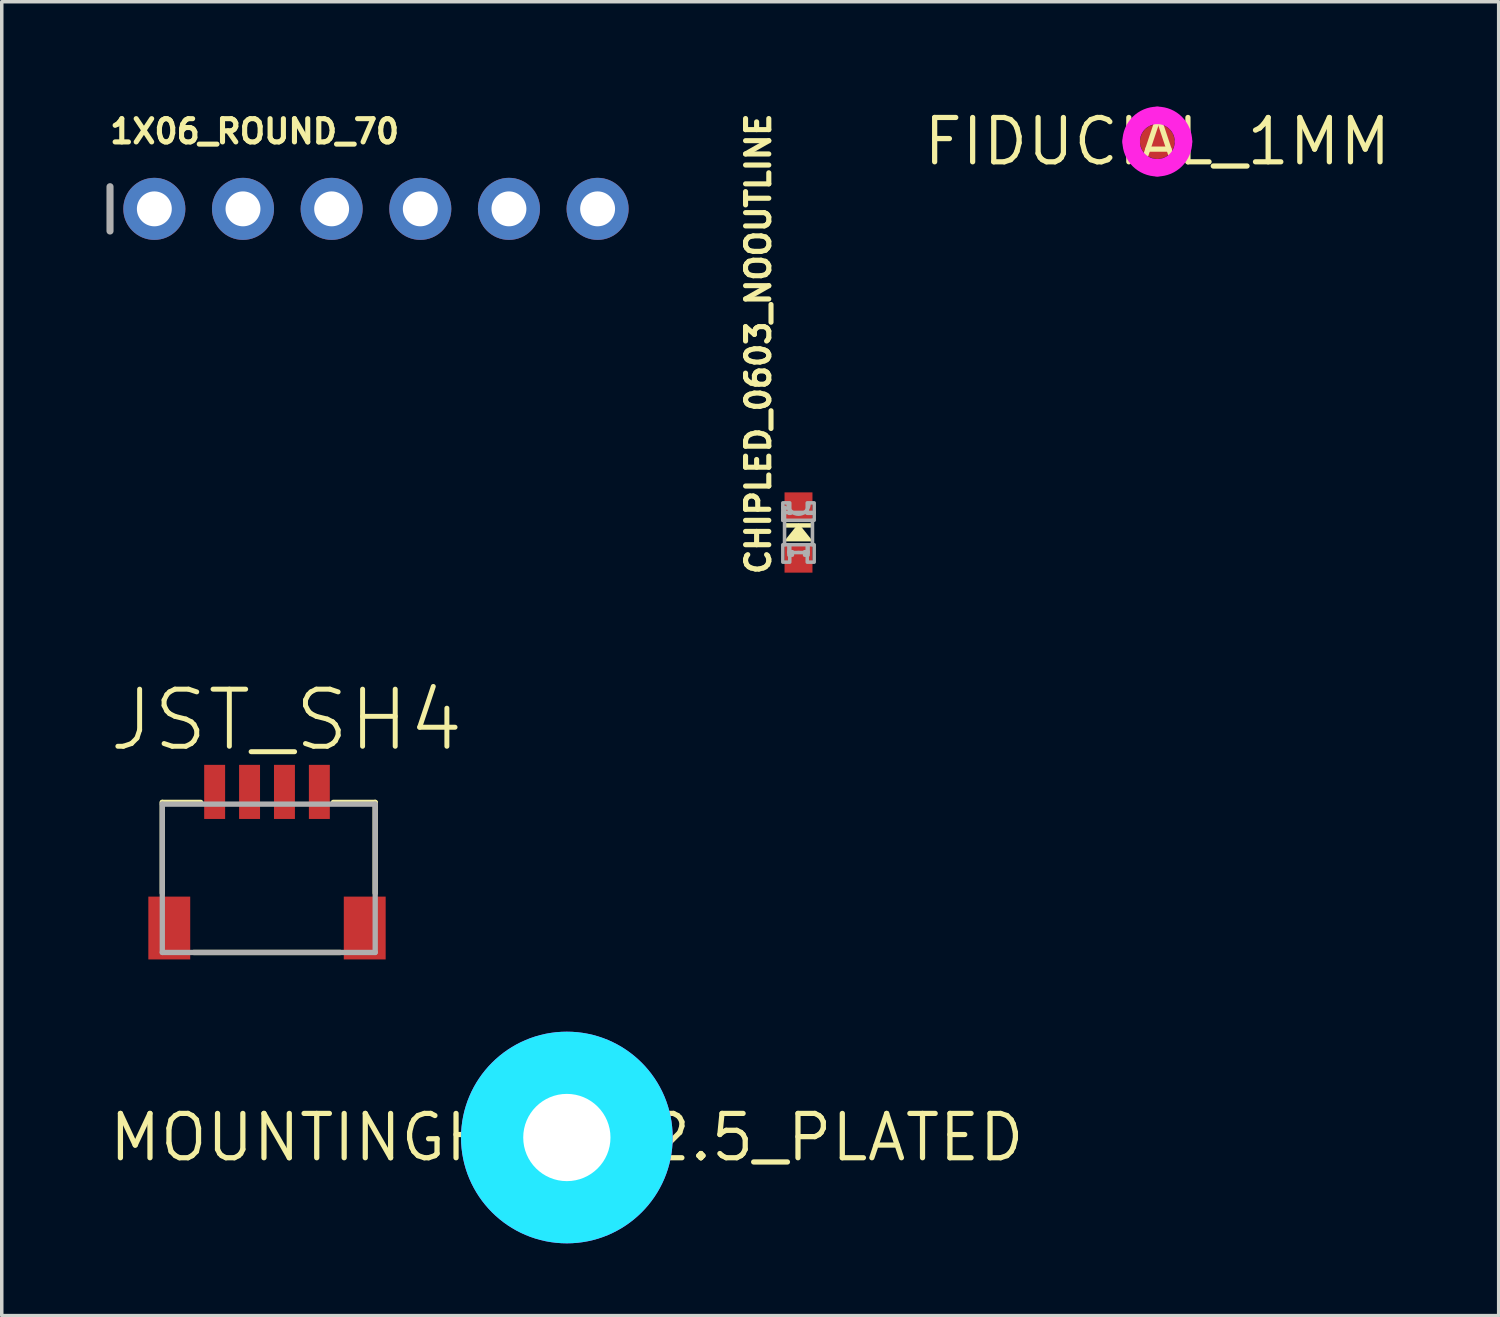
<source format=kicad_pcb>
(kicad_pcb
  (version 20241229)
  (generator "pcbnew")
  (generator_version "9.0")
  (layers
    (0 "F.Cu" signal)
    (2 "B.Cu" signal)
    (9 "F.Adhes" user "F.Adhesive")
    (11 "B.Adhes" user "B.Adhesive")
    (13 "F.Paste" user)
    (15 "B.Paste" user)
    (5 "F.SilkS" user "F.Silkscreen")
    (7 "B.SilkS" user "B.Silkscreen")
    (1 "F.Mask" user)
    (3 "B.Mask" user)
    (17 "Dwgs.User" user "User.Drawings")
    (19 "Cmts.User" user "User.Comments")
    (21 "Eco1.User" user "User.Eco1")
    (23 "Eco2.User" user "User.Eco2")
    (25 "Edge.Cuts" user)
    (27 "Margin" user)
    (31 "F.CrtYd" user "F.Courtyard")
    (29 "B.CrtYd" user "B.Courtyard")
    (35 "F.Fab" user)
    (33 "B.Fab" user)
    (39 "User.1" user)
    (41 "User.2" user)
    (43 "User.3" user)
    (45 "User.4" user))
  (footprint "MOUNTINGHOLE_2.5_PLATED"
    (layer "F.Cu")
    (at 13.191 29.541)
    (property "Reference" "MOUNTINGHOLE_2.5_PLATED" (at 0 0 0) (layer "F.SilkS") (effects (font (size 1.27 1.27) (thickness 0.15))))
    (fp_circle (center 0 0) (end 2 0) (stroke (width 0.203) (type solid)) (fill no) (layer "F.SilkS"))
    (fp_circle (center 0 0) (end 1 0) (stroke (width 2.032) (type solid)) (fill no) (layer "B.CrtYd"))
    (fp_circle (center 0 0) (end 1 0) (stroke (width 2.032) (type solid)) (fill no) (layer "F.CrtYd"))
    (pad "P$1" thru_hole circle (at 0 0) (size 3.2 3.2) (drill 2.5) (layers "*.Cu" "*.Mask"))
    (zone (net_name "") (layer "F.Cu") (hatch edge 0.5) (connect_pads) (min_thickness 0.25) (filled_areas_thickness no) (keepout (tracks not_allowed) (vias not_allowed) (pads not_allowed) (copperpour not_allowed) (footprints allowed)) (placement (enabled no)) (fill) (polygon (pts (xy 15.207 29.541) (xy 15.187 29.26) (xy 15.129 28.985) (xy 15.033 28.721) (xy 14.901 28.473) (xy 14.735 28.245) (xy 14.54 28.043) (xy 14.318 27.87) (xy 14.075 27.729) (xy 13.814 27.624) (xy 13.541 27.556) (xy 13.261 27.526) (xy 12.98 27.536) (xy 12.703 27.585) (xy 12.436 27.672) (xy 12.183 27.795) (xy 11.95 27.952) (xy 11.741 28.14) (xy 11.56 28.356) (xy 11.411 28.594) (xy 11.297 28.851) (xy 11.219 29.122) (xy 11.18 29.4) (xy 11.18 29.682) (xy 11.219 29.96) (xy 11.297 30.23) (xy 11.411 30.487) (xy 11.56 30.726) (xy 11.741 30.941) (xy 11.95 31.13) (xy 12.183 31.287) (xy 12.436 31.41) (xy 12.703 31.497) (xy 12.98 31.546) (xy 13.261 31.556) (xy 13.541 31.526) (xy 13.814 31.458) (xy 14.075 31.353) (xy 14.318 31.212) (xy 14.54 31.039) (xy 14.735 30.837) (xy 14.901 30.609) (xy 15.033 30.361) (xy 15.129 30.097) (xy 15.187 29.821))) (polygon (pts (xy 13.175 29.541) (xy 13.18 29.552) (xy 13.191 29.557) (xy 13.202 29.552) (xy 13.207 29.541) (xy 13.202 29.53) (xy 13.191 29.525) (xy 13.18 29.53))))
    (zone (net_name "") (layer "B.Cu") (hatch edge 0.5) (connect_pads) (min_thickness 0.25) (filled_areas_thickness no) (keepout (tracks not_allowed) (vias not_allowed) (pads not_allowed) (copperpour not_allowed) (footprints allowed)) (placement (enabled no)) (fill) (polygon (pts (xy 15.207 29.541) (xy 15.187 29.26) (xy 15.129 28.985) (xy 15.033 28.721) (xy 14.901 28.473) (xy 14.735 28.245) (xy 14.54 28.043) (xy 14.318 27.87) (xy 14.075 27.729) (xy 13.814 27.624) (xy 13.541 27.556) (xy 13.261 27.526) (xy 12.98 27.536) (xy 12.703 27.585) (xy 12.436 27.672) (xy 12.183 27.795) (xy 11.95 27.952) (xy 11.741 28.14) (xy 11.56 28.356) (xy 11.411 28.594) (xy 11.297 28.851) (xy 11.219 29.122) (xy 11.18 29.4) (xy 11.18 29.682) (xy 11.219 29.96) (xy 11.297 30.23) (xy 11.411 30.487) (xy 11.56 30.726) (xy 11.741 30.941) (xy 11.95 31.13) (xy 12.183 31.287) (xy 12.436 31.41) (xy 12.703 31.497) (xy 12.98 31.546) (xy 13.261 31.556) (xy 13.541 31.526) (xy 13.814 31.458) (xy 14.075 31.353) (xy 14.318 31.212) (xy 14.54 31.039) (xy 14.735 30.837) (xy 14.901 30.609) (xy 15.033 30.361) (xy 15.129 30.097) (xy 15.187 29.821))) (polygon (pts (xy 13.175 29.541) (xy 13.18 29.552) (xy 13.191 29.557) (xy 13.202 29.552) (xy 13.207 29.541) (xy 13.202 29.53) (xy 13.191 29.525) (xy 13.18 29.53)))))
  (footprint "JST_SH4"
    (layer "F.Cu")
    (at 4.6 22.153)
    (property "Reference" "JST_SH4" (at -4.6 -3.614 0) (layer "F.SilkS") (effects (font (size 1.636 1.636) (thickness 0.142)) (justify left bottom)))
    (fp_line (start -3 -2.214) (end -1.9 -2.214) (stroke (width 0.152) (type solid)) (layer "F.SilkS"))
    (fp_line (start -3 0.386) (end -3 -2.214) (stroke (width 0.152) (type solid)) (layer "F.SilkS"))
    (fp_line (start -2.1 2.086) (end 2.1 2.086) (stroke (width 0.152) (type solid)) (layer "F.SilkS"))
    (fp_line (start 1.9 -2.214) (end 3.1 -2.214) (stroke (width 0.152) (type solid)) (layer "F.SilkS"))
    (fp_line (start 3.1 -2.214) (end 3.1 0.386) (stroke (width 0.152) (type solid)) (layer "F.SilkS"))
    (fp_line (start -3 -2.164) (end 3.1 -2.164) (stroke (width 0.152) (type solid)) (layer "F.Fab"))
    (fp_line (start -3 2.086) (end -3 -2.164) (stroke (width 0.152) (type solid)) (layer "F.Fab"))
    (fp_line (start 3.1 -2.164) (end 3.1 2.086) (stroke (width 0.152) (type solid)) (layer "F.Fab"))
    (fp_line (start 3.1 2.086) (end -3 2.086) (stroke (width 0.152) (type solid)) (layer "F.Fab"))
    (pad "1" smd rect (at -1.5 -2.514 90) (size 1.55 0.6) (layers "F.Cu" "F.Mask" "F.Paste"))
    (pad "2" smd rect (at -0.5 -2.514 90) (size 1.55 0.6) (layers "F.Cu" "F.Mask" "F.Paste"))
    (pad "3" smd rect (at 0.5 -2.514 90) (size 1.55 0.6) (layers "F.Cu" "F.Mask" "F.Paste"))
    (pad "4" smd rect (at 1.5 -2.514 90) (size 1.55 0.6) (layers "F.Cu" "F.Mask" "F.Paste"))
    (pad "MT1" smd rect (at -2.8 1.386 90) (size 1.8 1.2) (layers "F.Cu" "F.Mask" "F.Paste"))
    (pad "MT2" smd rect (at 2.8 1.386 90) (size 1.8 1.2) (layers "F.Cu" "F.Mask" "F.Paste")))
  (footprint "CHIPLED_0603_NOOUTLINE"
    (layer "F.Cu")
    (at 19.828 12.207)
    (property "Reference" "CHIPLED_0603_NOOUTLINE" (at -0.762 1.27 90) (layer "F.SilkS") (effects (font (size 0.666 0.666) (thickness 0.146)) (justify left bottom)))
    (fp_poly (pts (xy 0.413 0.254) (xy -0.413 0.254) (xy 0 -0.262)) (stroke (width 0) (type default)) (fill yes) (layer "F.SilkS"))
    (fp_poly (pts (xy -0.381 -0.14) (xy 0.381 -0.14) (xy 0.381 -0.267) (xy -0.381 -0.267)) (stroke (width 0) (type default)) (fill yes) (layer "F.SilkS"))
    (fp_line (start -0.4 -0.375) (end -0.4 0.35) (stroke (width 0.102) (type solid)) (layer "F.Fab"))
    (fp_line (start 0.4 -0.35) (end 0.4 0.35) (stroke (width 0.102) (type solid)) (layer "F.Fab"))
    (fp_arc (start -0.275 0.825) (mid 0 0.55) (end 0.275 0.825) (stroke (width 0.0508) (type solid)) (layer "F.Fab"))
    (fp_arc (start 0.3 -0.799998) (mid -0.000001 -0.524966) (end -0.3 -0.8) (stroke (width 0.1016) (type solid)) (layer "F.Fab"))
    (fp_circle (center -0.35 -0.625) (end -0.275 -0.625) (stroke (width 0.051) (type solid)) (fill no) (layer "F.Fab"))
    (fp_poly (pts (xy -0.45 -0.7) (xy -0.25 -0.7) (xy -0.25 -0.85) (xy -0.45 -0.85)) (stroke (width 0.1) (type default)) (fill no) (layer "F.Fab"))
    (fp_poly (pts (xy -0.45 -0.35) (xy -0.4 -0.35) (xy -0.4 -0.725) (xy -0.45 -0.725)) (stroke (width 0.1) (type default)) (fill no) (layer "F.Fab"))
    (fp_poly (pts (xy -0.45 -0.35) (xy 0.45 -0.35) (xy 0.45 -0.575) (xy -0.45 -0.575)) (stroke (width 0.1) (type default)) (fill no) (layer "F.Fab"))
    (fp_poly (pts (xy -0.45 0.85) (xy -0.25 0.85) (xy -0.25 0.35) (xy -0.45 0.35)) (stroke (width 0.1) (type default)) (fill no) (layer "F.Fab"))
    (fp_poly (pts (xy -0.275 -0.55) (xy -0.225 -0.55) (xy -0.225 -0.6) (xy -0.275 -0.6)) (stroke (width 0.1) (type default)) (fill no) (layer "F.Fab"))
    (fp_poly (pts (xy -0.275 0.575) (xy 0.275 0.575) (xy 0.275 0.35) (xy -0.275 0.35)) (stroke (width 0.1) (type default)) (fill no) (layer "F.Fab"))
    (fp_poly (pts (xy -0.275 0.65) (xy -0.175 0.65) (xy -0.175 0.55) (xy -0.275 0.55)) (stroke (width 0.1) (type default)) (fill no) (layer "F.Fab"))
    (fp_poly (pts (xy 0.175 0.65) (xy 0.275 0.65) (xy 0.275 0.55) (xy 0.175 0.55)) (stroke (width 0.1) (type default)) (fill no) (layer "F.Fab"))
    (fp_poly (pts (xy 0.25 -0.55) (xy 0.45 -0.55) (xy 0.45 -0.85) (xy 0.25 -0.85)) (stroke (width 0.1) (type default)) (fill no) (layer "F.Fab"))
    (fp_poly (pts (xy 0.25 0.85) (xy 0.45 0.85) (xy 0.45 0.35) (xy 0.25 0.35)) (stroke (width 0.1) (type default)) (fill no) (layer "F.Fab"))
    (pad "A" smd rect (at 0 0.75) (size 0.8 0.8) (layers "F.Cu" "F.Mask" "F.Paste"))
    (pad "C" smd rect (at 0 -0.75) (size 0.8 0.8) (layers "F.Cu" "F.Mask" "F.Paste")))
  (footprint "1X06_ROUND_70"
    (layer "F.Cu")
    (at 7.722 2.934)
    (property "Reference" "1X06_ROUND_70" (at -7.696 -1.829 0) (layer "F.SilkS") (effects (font (size 0.666 0.666) (thickness 0.146)) (justify left bottom)))
    (fp_line (start -7.62 -0.635) (end -7.62 0.635) (stroke (width 0.203) (type solid)) (layer "F.Fab"))
    (fp_poly (pts (xy -6.604 0.254) (xy -6.096 0.254) (xy -6.096 -0.254) (xy -6.604 -0.254)) (stroke (width 0.1) (type default)) (fill no) (layer "F.Fab"))
    (fp_poly (pts (xy -4.064 0.254) (xy -3.556 0.254) (xy -3.556 -0.254) (xy -4.064 -0.254)) (stroke (width 0.1) (type default)) (fill no) (layer "F.Fab"))
    (fp_poly (pts (xy -1.524 0.254) (xy -1.016 0.254) (xy -1.016 -0.254) (xy -1.524 -0.254)) (stroke (width 0.1) (type default)) (fill no) (layer "F.Fab"))
    (fp_poly (pts (xy 1.016 0.254) (xy 1.524 0.254) (xy 1.524 -0.254) (xy 1.016 -0.254)) (stroke (width 0.1) (type default)) (fill no) (layer "F.Fab"))
    (fp_poly (pts (xy 3.556 0.254) (xy 4.064 0.254) (xy 4.064 -0.254) (xy 3.556 -0.254)) (stroke (width 0.1) (type default)) (fill no) (layer "F.Fab"))
    (fp_poly (pts (xy 6.096 0.254) (xy 6.604 0.254) (xy 6.604 -0.254) (xy 6.096 -0.254)) (stroke (width 0.1) (type default)) (fill no) (layer "F.Fab"))
    (pad "1" thru_hole circle (at -6.35 0 90) (size 1.778 1.778) (drill 1) (layers "*.Cu" "*.Mask"))
    (pad "2" thru_hole circle (at -3.81 0 90) (size 1.778 1.778) (drill 1) (layers "*.Cu" "*.Mask"))
    (pad "3" thru_hole circle (at -1.27 0 90) (size 1.778 1.778) (drill 1) (layers "*.Cu" "*.Mask"))
    (pad "4" thru_hole circle (at 1.27 0 90) (size 1.778 1.778) (drill 1) (layers "*.Cu" "*.Mask"))
    (pad "5" thru_hole circle (at 3.81 0 90) (size 1.778 1.778) (drill 1) (layers "*.Cu" "*.Mask"))
    (pad "6" thru_hole circle (at 6.35 0 90) (size 1.778 1.778) (drill 1) (layers "*.Cu" "*.Mask")))
  (footprint "FIDUCIAL_1MM"
    (layer "F.Cu")
    (at 30.109 1.006)
    (property "Reference" "FIDUCIAL_1MM" (at 0 0 0) (layer "F.SilkS") (effects (font (size 1.27 1.27) (thickness 0.15))))
    (fp_arc (start -0.75 0) (mid -0.53033 -0.53033) (end 0 -0.75) (stroke (width 0.5) (type solid)) (layer "F.Mask"))
    (fp_arc (start 0 -0.75) (mid 0.53033 -0.53033) (end 0.75 0) (stroke (width 0.5) (type solid)) (layer "F.Mask"))
    (fp_arc (start 0 0.75) (mid -0.53033 0.53033) (end -0.75 0) (stroke (width 0.5) (type solid)) (layer "F.Mask"))
    (fp_arc (start 0.75 0) (mid 0.53033 0.53033) (end 0 0.75) (stroke (width 0.5) (type solid)) (layer "F.Mask"))
    (fp_arc (start -0.75 0) (mid -0.53033 -0.53033) (end 0 -0.75) (stroke (width 0.5) (type solid)) (layer "F.CrtYd"))
    (fp_arc (start 0 -0.75) (mid 0.53033 -0.53033) (end 0.75 0) (stroke (width 0.5) (type solid)) (layer "F.CrtYd"))
    (fp_arc (start 0 0.75) (mid -0.53033 0.53033) (end -0.75 0) (stroke (width 0.5) (type solid)) (layer "F.CrtYd"))
    (fp_arc (start 0.75 0) (mid 0.53033 0.53033) (end 0 0.75) (stroke (width 0.5) (type solid)) (layer "F.CrtYd"))
    (pad "1" smd roundrect (at 0 0) (size 1 1) (layers "F.Cu" "F.Mask") (roundrect_rratio 0.5)))
  (gr_rect
    (start -3 -3)
    (end 39.889 34.643)
    (stroke (width 0.1) (type default))
    (fill no)
    (layer "Edge.Cuts")))
</source>
